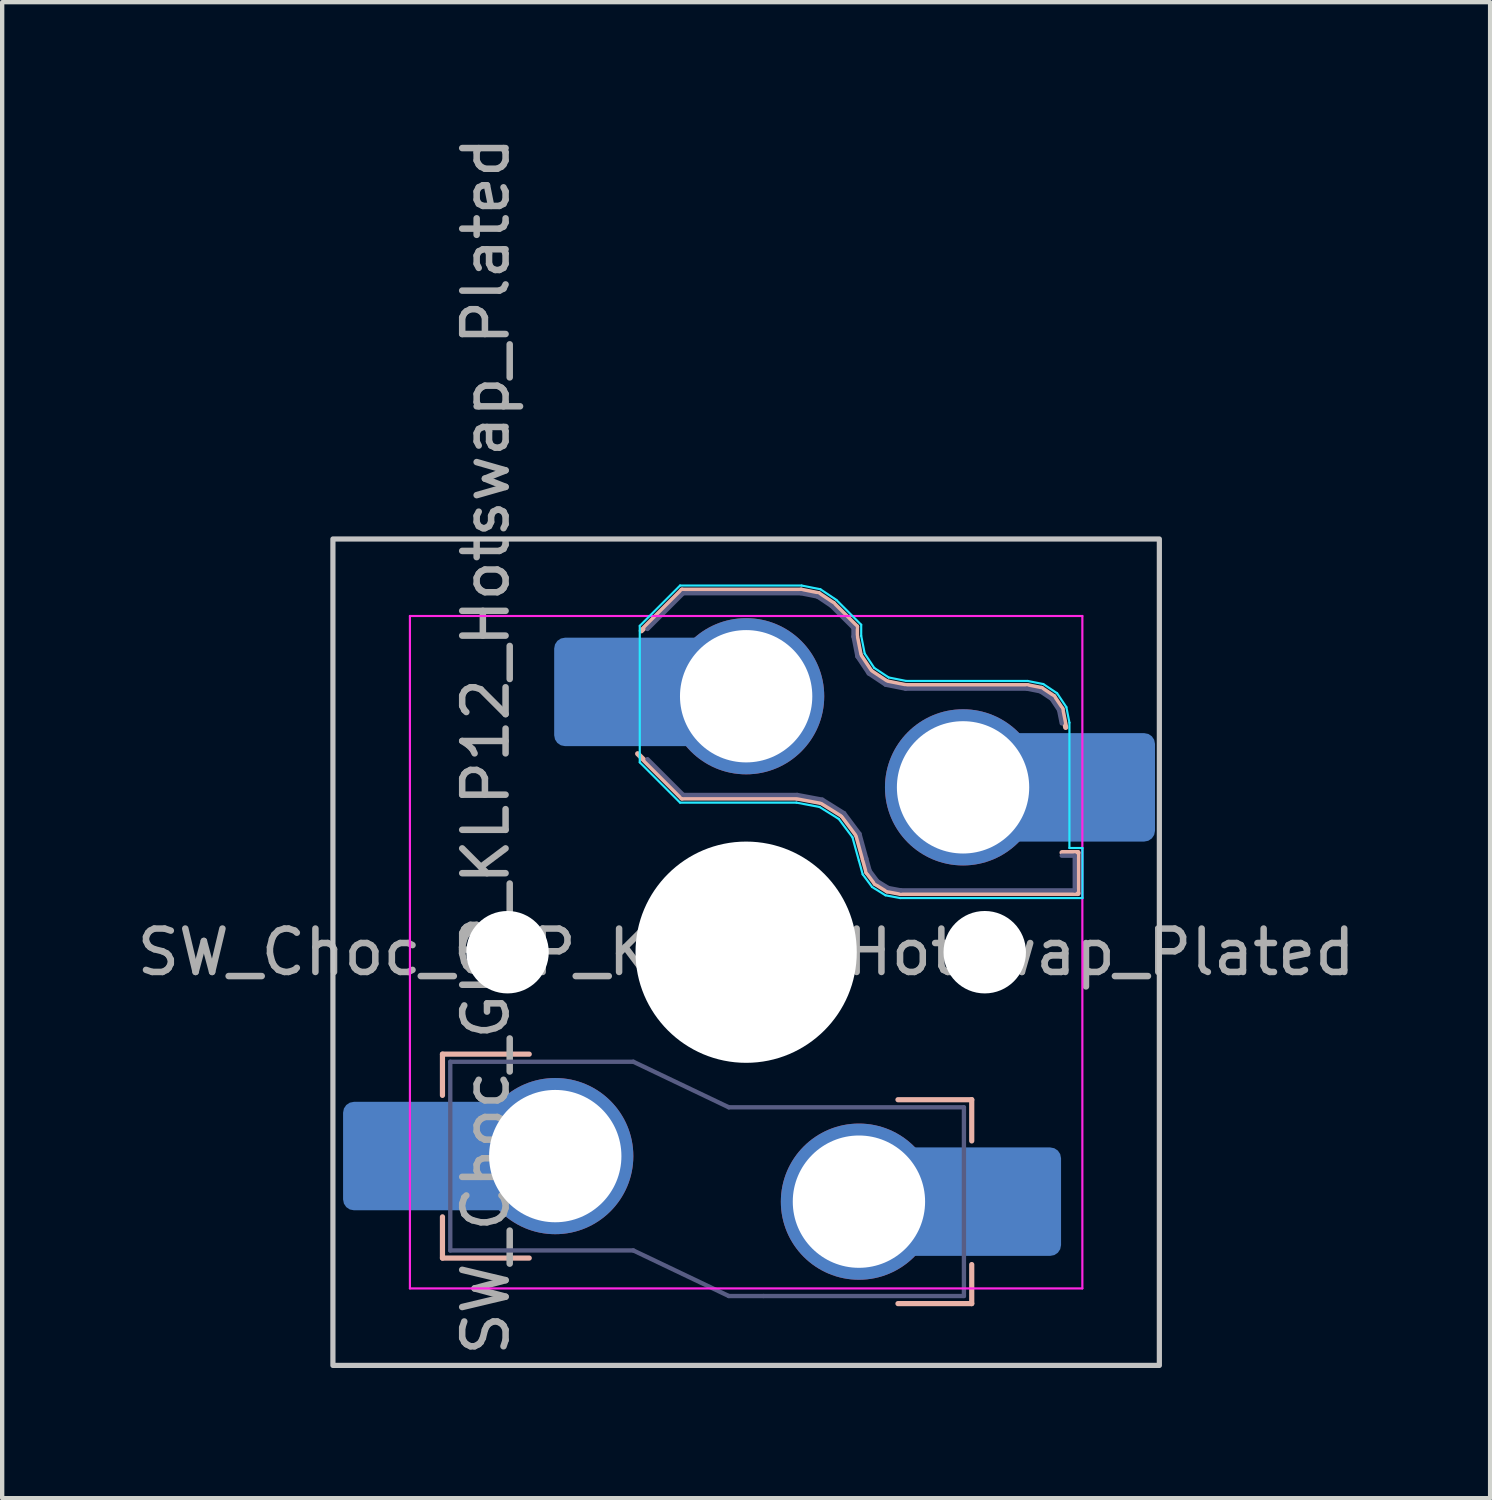
<source format=kicad_pcb>
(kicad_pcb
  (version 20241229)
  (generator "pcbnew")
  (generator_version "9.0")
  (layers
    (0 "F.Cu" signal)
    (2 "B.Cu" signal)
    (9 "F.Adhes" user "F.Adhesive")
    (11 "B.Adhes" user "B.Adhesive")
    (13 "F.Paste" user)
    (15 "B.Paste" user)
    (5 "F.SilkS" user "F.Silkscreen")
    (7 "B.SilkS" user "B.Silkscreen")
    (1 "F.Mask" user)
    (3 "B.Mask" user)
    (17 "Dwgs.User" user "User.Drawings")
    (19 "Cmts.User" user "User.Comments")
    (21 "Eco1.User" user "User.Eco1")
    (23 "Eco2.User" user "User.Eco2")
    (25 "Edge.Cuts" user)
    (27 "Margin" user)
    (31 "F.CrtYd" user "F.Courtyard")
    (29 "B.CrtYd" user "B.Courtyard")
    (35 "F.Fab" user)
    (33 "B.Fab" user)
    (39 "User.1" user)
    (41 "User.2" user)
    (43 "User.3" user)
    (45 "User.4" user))
  (footprint "SW_Choc_GLP_KLP12_Hotswap_Plated"
    (layer "F.Cu")
    (at 14.149 18.899)
    (property "Reference" "SW_Choc_GLP_KLP12_Hotswap_Plated" (at -6 -4.75 90) (layer "F.Fab") (effects (font (size 1 1) (thickness 0.15))))
    (attr smd)
    (fp_line (start -7 2.35) (end -7 3.3) (stroke (width 0.12) (type solid)) (layer "B.SilkS"))
    (fp_line (start -7 2.35) (end -5 2.35) (stroke (width 0.12) (type solid)) (layer "B.SilkS"))
    (fp_line (start -7 7.05) (end -7 6.1) (stroke (width 0.12) (type solid)) (layer "B.SilkS"))
    (fp_line (start -7 7.05) (end -5 7.05) (stroke (width 0.12) (type solid)) (layer "B.SilkS"))
    (fp_line (start -2.416 -7.409) (end -1.479 -8.346) (stroke (width 0.12) (type solid)) (layer "B.SilkS"))
    (fp_line (start -1.479 -8.346) (end 1.268 -8.346) (stroke (width 0.12) (type solid)) (layer "B.SilkS"))
    (fp_line (start -1.479 -3.554) (end -2.5 -4.575) (stroke (width 0.12) (type solid)) (layer "B.SilkS"))
    (fp_line (start 1.168 -3.554) (end -1.479 -3.554) (stroke (width 0.12) (type solid)) (layer "B.SilkS"))
    (fp_line (start 1.268 -8.346) (end 1.671 -8.266) (stroke (width 0.12) (type solid)) (layer "B.SilkS"))
    (fp_line (start 1.671 -8.266) (end 2.013 -8.037) (stroke (width 0.12) (type solid)) (layer "B.SilkS"))
    (fp_line (start 1.73 -3.449) (end 1.168 -3.554) (stroke (width 0.12) (type solid)) (layer "B.SilkS"))
    (fp_line (start 2.013 -8.037) (end 2.546 -7.504) (stroke (width 0.12) (type solid)) (layer "B.SilkS"))
    (fp_line (start 2.209 -3.15) (end 1.73 -3.449) (stroke (width 0.12) (type solid)) (layer "B.SilkS"))
    (fp_line (start 2.546 -7.504) (end 2.546 -7.282) (stroke (width 0.12) (type solid)) (layer "B.SilkS"))
    (fp_line (start 2.546 -7.282) (end 2.633 -6.844) (stroke (width 0.12) (type solid)) (layer "B.SilkS"))
    (fp_line (start 2.547 -2.697) (end 2.209 -3.15) (stroke (width 0.12) (type solid)) (layer "B.SilkS"))
    (fp_line (start 2.633 -6.844) (end 2.877 -6.477) (stroke (width 0.12) (type solid)) (layer "B.SilkS"))
    (fp_line (start 2.701 -2.139) (end 2.547 -2.697) (stroke (width 0.12) (type solid)) (layer "B.SilkS"))
    (fp_line (start 2.783 -1.841) (end 2.701 -2.139) (stroke (width 0.12) (type solid)) (layer "B.SilkS"))
    (fp_line (start 2.877 -6.477) (end 3.244 -6.233) (stroke (width 0.12) (type solid)) (layer "B.SilkS"))
    (fp_line (start 2.976 -1.583) (end 2.783 -1.841) (stroke (width 0.12) (type solid)) (layer "B.SilkS"))
    (fp_line (start 3.244 -6.233) (end 3.682 -6.146) (stroke (width 0.12) (type solid)) (layer "B.SilkS"))
    (fp_line (start 3.25 -1.413) (end 2.976 -1.583) (stroke (width 0.12) (type solid)) (layer "B.SilkS"))
    (fp_line (start 3.56 -1.354) (end 3.25 -1.413) (stroke (width 0.12) (type solid)) (layer "B.SilkS"))
    (fp_line (start 3.682 -6.146) (end 6.482 -6.146) (stroke (width 0.12) (type solid)) (layer "B.SilkS"))
    (fp_line (start 5.2 3.4) (end 3.5 3.4) (stroke (width 0.12) (type solid)) (layer "B.SilkS"))
    (fp_line (start 5.2 3.4) (end 5.2 4.35) (stroke (width 0.12) (type solid)) (layer "B.SilkS"))
    (fp_line (start 5.2 8.1) (end 3.5 8.1) (stroke (width 0.12) (type solid)) (layer "B.SilkS"))
    (fp_line (start 5.2 8.1) (end 5.2 7.2) (stroke (width 0.12) (type solid)) (layer "B.SilkS"))
    (fp_line (start 6.482 -6.146) (end 6.809 -6.081) (stroke (width 0.12) (type solid)) (layer "B.SilkS"))
    (fp_line (start 6.809 -6.081) (end 7.092 -5.892) (stroke (width 0.12) (type solid)) (layer "B.SilkS"))
    (fp_line (start 7.092 -5.892) (end 7.281 -5.609) (stroke (width 0.12) (type solid)) (layer "B.SilkS"))
    (fp_line (start 7.281 -5.609) (end 7.366 -5.182) (stroke (width 0.12) (type solid)) (layer "B.SilkS"))
    (fp_line (start 7.283 -2.296) (end 7.646 -2.296) (stroke (width 0.12) (type solid)) (layer "B.SilkS"))
    (fp_line (start 7.646 -2.296) (end 7.646 -1.354) (stroke (width 0.12) (type solid)) (layer "B.SilkS"))
    (fp_line (start 7.646 -1.354) (end 3.56 -1.354) (stroke (width 0.12) (type solid)) (layer "B.SilkS"))
    (fp_rect (start -9.525 -9.525) (end 9.525 9.525) (stroke (width 0.12) (type default)) (fill no) (layer "Dwgs.User"))
    (fp_line (start -2.452 -7.523) (end -1.523 -8.452) (stroke (width 0.05) (type solid)) (layer "B.CrtYd"))
    (fp_line (start -2.452 -4.377) (end -2.452 -7.523) (stroke (width 0.05) (type solid)) (layer "B.CrtYd"))
    (fp_line (start -1.523 -8.452) (end 1.278 -8.452) (stroke (width 0.05) (type solid)) (layer "B.CrtYd"))
    (fp_line (start -1.523 -3.448) (end -2.452 -4.377) (stroke (width 0.05) (type solid)) (layer "B.CrtYd"))
    (fp_line (start 1.159 -3.448) (end -1.523 -3.448) (stroke (width 0.05) (type solid)) (layer "B.CrtYd"))
    (fp_line (start 1.278 -8.452) (end 1.712 -8.366) (stroke (width 0.05) (type solid)) (layer "B.CrtYd"))
    (fp_line (start 1.691 -3.348) (end 1.159 -3.448) (stroke (width 0.05) (type solid)) (layer "B.CrtYd"))
    (fp_line (start 1.712 -8.366) (end 2.081 -8.119) (stroke (width 0.05) (type solid)) (layer "B.CrtYd"))
    (fp_line (start 2.081 -8.119) (end 2.652 -7.548) (stroke (width 0.05) (type solid)) (layer "B.CrtYd"))
    (fp_line (start 2.136 -3.071) (end 1.691 -3.348) (stroke (width 0.05) (type solid)) (layer "B.CrtYd"))
    (fp_line (start 2.45 -2.65) (end 2.136 -3.071) (stroke (width 0.05) (type solid)) (layer "B.CrtYd"))
    (fp_line (start 2.599 -2.111) (end 2.45 -2.65) (stroke (width 0.05) (type solid)) (layer "B.CrtYd"))
    (fp_line (start 2.652 -7.548) (end 2.652 -7.292) (stroke (width 0.05) (type solid)) (layer "B.CrtYd"))
    (fp_line (start 2.652 -7.292) (end 2.733 -6.885) (stroke (width 0.05) (type solid)) (layer "B.CrtYd"))
    (fp_line (start 2.687 -1.794) (end 2.599 -2.111) (stroke (width 0.05) (type solid)) (layer "B.CrtYd"))
    (fp_line (start 2.733 -6.885) (end 2.953 -6.553) (stroke (width 0.05) (type solid)) (layer "B.CrtYd"))
    (fp_line (start 2.903 -1.503) (end 2.687 -1.794) (stroke (width 0.05) (type solid)) (layer "B.CrtYd"))
    (fp_line (start 2.953 -6.553) (end 3.285 -6.333) (stroke (width 0.05) (type solid)) (layer "B.CrtYd"))
    (fp_line (start 3.211 -1.312) (end 2.903 -1.503) (stroke (width 0.05) (type solid)) (layer "B.CrtYd"))
    (fp_line (start 3.285 -6.333) (end 3.692 -6.252) (stroke (width 0.05) (type solid)) (layer "B.CrtYd"))
    (fp_line (start 3.55 -1.248) (end 3.211 -1.312) (stroke (width 0.05) (type solid)) (layer "B.CrtYd"))
    (fp_line (start 3.692 -6.252) (end 6.492 -6.252) (stroke (width 0.05) (type solid)) (layer "B.CrtYd"))
    (fp_line (start 6.492 -6.252) (end 6.85 -6.181) (stroke (width 0.05) (type solid)) (layer "B.CrtYd"))
    (fp_line (start 6.85 -6.181) (end 7.168 -5.968) (stroke (width 0.05) (type solid)) (layer "B.CrtYd"))
    (fp_line (start 7.168 -5.968) (end 7.381 -5.65) (stroke (width 0.05) (type solid)) (layer "B.CrtYd"))
    (fp_line (start 7.381 -5.65) (end 7.452 -5.292) (stroke (width 0.05) (type solid)) (layer "B.CrtYd"))
    (fp_line (start 7.452 -5.292) (end 7.452 -2.402) (stroke (width 0.05) (type solid)) (layer "B.CrtYd"))
    (fp_line (start 7.452 -2.402) (end 7.752 -2.402) (stroke (width 0.05) (type solid)) (layer "B.CrtYd"))
    (fp_line (start 7.752 -2.402) (end 7.752 -1.248) (stroke (width 0.05) (type solid)) (layer "B.CrtYd"))
    (fp_line (start 7.752 -1.248) (end 3.55 -1.248) (stroke (width 0.05) (type solid)) (layer "B.CrtYd"))
    (fp_line (start -7.75 7.75) (end -7.75 -7.75) (stroke (width 0.05) (type solid)) (layer "F.CrtYd"))
    (fp_line (start 7.75 -7.75) (end -7.75 -7.75) (stroke (width 0.05) (type solid)) (layer "F.CrtYd"))
    (fp_line (start 7.75 -7.75) (end 7.75 7.75) (stroke (width 0.05) (type solid)) (layer "F.CrtYd"))
    (fp_line (start 7.75 7.75) (end -7.75 7.75) (stroke (width 0.05) (type solid)) (layer "F.CrtYd"))
    (fp_line (start -6.82 2.525) (end -6.82 6.875) (stroke (width 0.1) (type solid)) (layer "B.Fab"))
    (fp_line (start -6.82 2.525) (end -2.6 2.525) (stroke (width 0.1) (type solid)) (layer "B.Fab"))
    (fp_line (start -6.82 6.875) (end -2.6 6.875) (stroke (width 0.1) (type solid)) (layer "B.Fab"))
    (fp_line (start -2.6 2.525) (end -0.4 3.575) (stroke (width 0.1) (type solid)) (layer "B.Fab"))
    (fp_line (start -2.6 6.875) (end -0.4 7.925) (stroke (width 0.1) (type solid)) (layer "B.Fab"))
    (fp_line (start -2.275 -7.45) (end -1.45 -8.275) (stroke (width 0.1) (type solid)) (layer "B.Fab"))
    (fp_line (start -1.45 -8.275) (end 1.261 -8.275) (stroke (width 0.1) (type solid)) (layer "B.Fab"))
    (fp_line (start -1.45 -3.625) (end -2.275 -4.45) (stroke (width 0.1) (type solid)) (layer "B.Fab"))
    (fp_line (start 0.4 7.925) (end -0.4 7.925) (stroke (width 0.1) (type solid)) (layer "B.Fab"))
    (fp_line (start 1.175 -3.625) (end -1.45 -3.625) (stroke (width 0.1) (type solid)) (layer "B.Fab"))
    (fp_line (start 1.261 -8.275) (end 1.643 -8.199) (stroke (width 0.1) (type solid)) (layer "B.Fab"))
    (fp_line (start 1.643 -8.199) (end 1.968 -7.982) (stroke (width 0.1) (type solid)) (layer "B.Fab"))
    (fp_line (start 1.756 -3.516) (end 1.175 -3.625) (stroke (width 0.1) (type solid)) (layer "B.Fab"))
    (fp_line (start 1.968 -7.982) (end 2.475 -7.475) (stroke (width 0.1) (type solid)) (layer "B.Fab"))
    (fp_line (start 2.258 -3.203) (end 1.756 -3.516) (stroke (width 0.1) (type solid)) (layer "B.Fab"))
    (fp_line (start 2.475 -7.475) (end 2.475 -7.275) (stroke (width 0.1) (type solid)) (layer "B.Fab"))
    (fp_line (start 2.475 -7.275) (end 2.566 -6.816) (stroke (width 0.1) (type solid)) (layer "B.Fab"))
    (fp_line (start 2.566 -6.816) (end 2.826 -6.426) (stroke (width 0.1) (type solid)) (layer "B.Fab"))
    (fp_line (start 2.612 -2.729) (end 2.258 -3.203) (stroke (width 0.1) (type solid)) (layer "B.Fab"))
    (fp_line (start 2.769 -2.158) (end 2.612 -2.729) (stroke (width 0.1) (type solid)) (layer "B.Fab"))
    (fp_line (start 2.826 -6.426) (end 3.216 -6.166) (stroke (width 0.1) (type solid)) (layer "B.Fab"))
    (fp_line (start 2.848 -1.873) (end 2.769 -2.158) (stroke (width 0.1) (type solid)) (layer "B.Fab"))
    (fp_line (start 3.025 -1.636) (end 2.848 -1.873) (stroke (width 0.1) (type solid)) (layer "B.Fab"))
    (fp_line (start 3.216 -6.166) (end 3.675 -6.075) (stroke (width 0.1) (type solid)) (layer "B.Fab"))
    (fp_line (start 3.276 -1.48) (end 3.025 -1.636) (stroke (width 0.1) (type solid)) (layer "B.Fab"))
    (fp_line (start 3.567 -1.425) (end 3.276 -1.48) (stroke (width 0.1) (type solid)) (layer "B.Fab"))
    (fp_line (start 3.675 -6.075) (end 6.475 -6.075) (stroke (width 0.1) (type solid)) (layer "B.Fab"))
    (fp_line (start 5.02 3.575) (end -0.4 3.575) (stroke (width 0.1) (type solid)) (layer "B.Fab"))
    (fp_line (start 5.02 3.575) (end 5.02 7.925) (stroke (width 0.1) (type solid)) (layer "B.Fab"))
    (fp_line (start 5.02 7.925) (end 0.4 7.925) (stroke (width 0.1) (type solid)) (layer "B.Fab"))
    (fp_line (start 6.475 -6.075) (end 6.781 -6.014) (stroke (width 0.1) (type solid)) (layer "B.Fab"))
    (fp_line (start 6.781 -6.014) (end 7.041 -5.841) (stroke (width 0.1) (type solid)) (layer "B.Fab"))
    (fp_line (start 7.041 -5.841) (end 7.214 -5.581) (stroke (width 0.1) (type solid)) (layer "B.Fab"))
    (fp_line (start 7.214 -5.581) (end 7.275 -5.275) (stroke (width 0.1) (type solid)) (layer "B.Fab"))
    (fp_line (start 7.275 -2.225) (end 7.575 -2.225) (stroke (width 0.1) (type solid)) (layer "B.Fab"))
    (fp_line (start 7.575 -2.225) (end 7.575 -1.425) (stroke (width 0.1) (type solid)) (layer "B.Fab"))
    (fp_line (start 7.575 -1.425) (end 3.567 -1.425) (stroke (width 0.1) (type solid)) (layer "B.Fab"))
    (fp_rect (start -7.05 -7.05) (end 7.05 7.05) (stroke (width 0.12) (type default)) (fill no) (layer "User.1"))
    (fp_text user "${REFERENCE}" (at 0 0 0) (layer "F.Fab") (effects (font (size 1 1) (thickness 0.15))))
    (pad "" smd roundrect (at -8.04 4.7) (size 2.5 2.5) (layers "B.Mask" "B.Paste") (roundrect_rratio 0.1))
    (pad "" smd roundrect (at -8.04 4.7) (size 2.5 2.5) (layers "B.Paste") (roundrect_rratio 0.1))
    (pad "" np_thru_hole circle (at -5.5 0) (size 1.9 1.9) (drill 1.9) (layers "*.Cu" "*.Mask"))
    (pad "" smd roundrect (at -3.175 -6) (size 2.5 2.5) (layers "B.Paste") (roundrect_rratio 0.1))
    (pad "" np_thru_hole circle (at 0 0) (size 5.1 5.1) (drill 5.1) (layers "*.Cu" "*.Mask"))
    (pad "" np_thru_hole circle (at 5.5 0) (size 1.9 1.9) (drill 1.9) (layers "*.Cu" "*.Mask"))
    (pad "" smd roundrect (at 6.01 5.75) (size 2.5 2.5) (layers "B.Mask" "B.Paste") (roundrect_rratio 0.1))
    (pad "" smd roundrect (at 6.01 5.75) (size 2.5 2.5) (layers "B.Paste") (roundrect_rratio 0.1))
    (pad "" smd roundrect (at 8.175 -3.8) (size 2.5 2.5) (layers "B.Paste") (roundrect_rratio 0.1))
    (pad "1" smd roundrect (at -7.366 4.699) (size 3.85 2.5) (layers "B.Cu" "B.Mask") (roundrect_rratio 0.1))
    (pad "1" thru_hole circle (at -4.4 4.7) (size 3.6 3.6) (drill 3.05) (layers "*.Cu" "*.Mask"))
    (pad "1" smd roundrect (at -2.675 -6) (size 3.5 2.5) (layers "B.Cu" "B.Mask") (roundrect_rratio 0.1))
    (pad "1" thru_hole circle (at 0 -5.9) (size 3.6 3.6) (drill 3.05) (layers "*.Cu" "*.Mask"))
    (pad "2" thru_hole circle (at 2.6 5.75) (size 3.6 3.6) (drill 3.05) (layers "*.Cu" "*.Mask"))
    (pad "2" thru_hole circle (at 5 -3.8) (size 3.6 3.6) (drill 3.05) (layers "*.Cu" "*.Mask"))
    (pad "2" smd roundrect (at 5.334 5.75) (size 3.85 2.5) (layers "B.Cu" "B.Mask") (roundrect_rratio 0.1))
    (pad "2" smd roundrect (at 7.675 -3.8) (size 3.5 2.5) (layers "B.Cu" "B.Mask") (roundrect_rratio 0.1)))
  (gr_rect
    (start -3 -3)
    (end 31.298 31.484)
    (stroke (width 0.1) (type default))
    (fill no)
    (layer "Edge.Cuts")))
</source>
